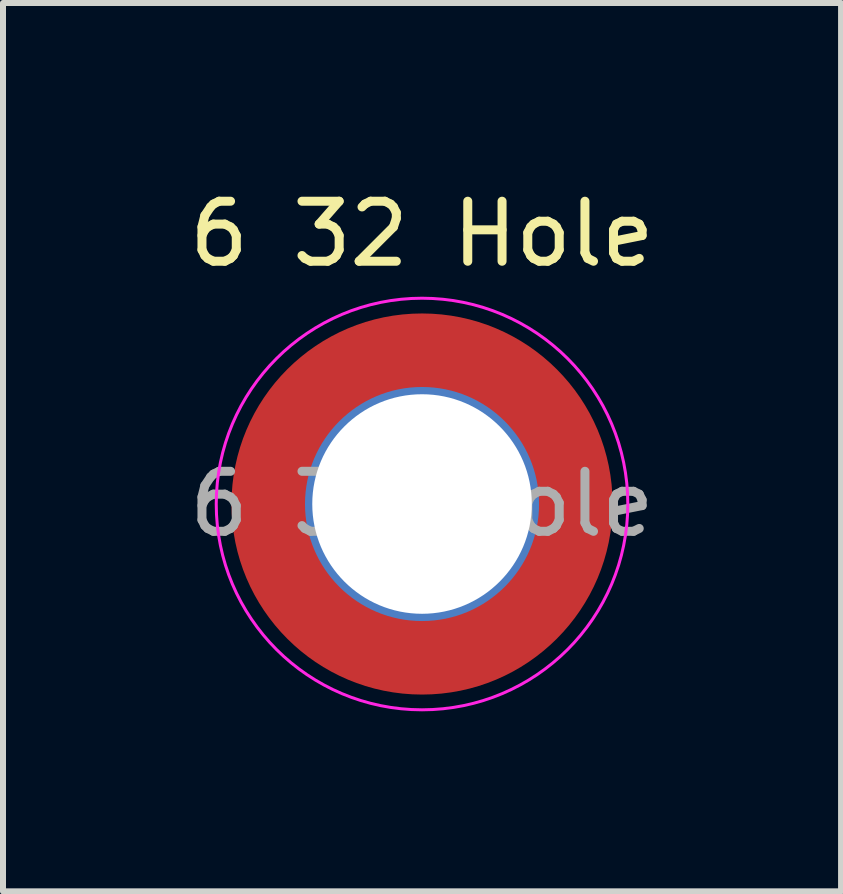
<source format=kicad_pcb>
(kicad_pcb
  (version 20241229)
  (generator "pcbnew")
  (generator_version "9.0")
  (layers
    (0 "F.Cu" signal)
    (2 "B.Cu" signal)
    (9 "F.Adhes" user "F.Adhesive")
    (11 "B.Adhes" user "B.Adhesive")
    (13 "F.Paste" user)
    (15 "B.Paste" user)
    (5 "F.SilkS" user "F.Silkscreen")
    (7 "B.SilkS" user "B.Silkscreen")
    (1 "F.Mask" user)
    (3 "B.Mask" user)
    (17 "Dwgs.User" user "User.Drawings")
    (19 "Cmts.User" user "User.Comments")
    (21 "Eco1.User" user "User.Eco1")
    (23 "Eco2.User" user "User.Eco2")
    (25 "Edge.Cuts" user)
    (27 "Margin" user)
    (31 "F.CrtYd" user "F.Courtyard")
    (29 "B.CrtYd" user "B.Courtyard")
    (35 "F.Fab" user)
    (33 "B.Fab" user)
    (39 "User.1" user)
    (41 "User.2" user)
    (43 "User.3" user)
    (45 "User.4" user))
  (footprint "6 32 Hole"
    (layer "F.Cu")
    (at 3.982 5.348)
    (property "Reference" "6 32 Hole" (at 0 -4.5 0) (layer "F.SilkS") (effects (font (size 1 1) (thickness 0.15))))
    (attr exclude_from_pos_files exclude_from_bom)
    (fp_circle (center 0 0) (end 3.429 0) (stroke (width 0.05) (type solid)) (fill no) (layer "F.CrtYd"))
    (fp_text user "${REFERENCE}" (at 0 0 0) (layer "F.Fab") (effects (font (size 1 1) (thickness 0.15))))
    (pad "1" thru_hole circle (at 0 0) (size 3.9 3.9) (drill 3.658) (layers "*.Cu" "*.Mask"))
    (pad "1" connect circle (at 0 0) (size 6.35 6.35) (layers "F.Cu" "F.Mask")))
  (gr_rect
    (start -3 -3)
    (end 10.964 11.802)
    (stroke (width 0.1) (type default))
    (fill no)
    (layer "Edge.Cuts")))
</source>
